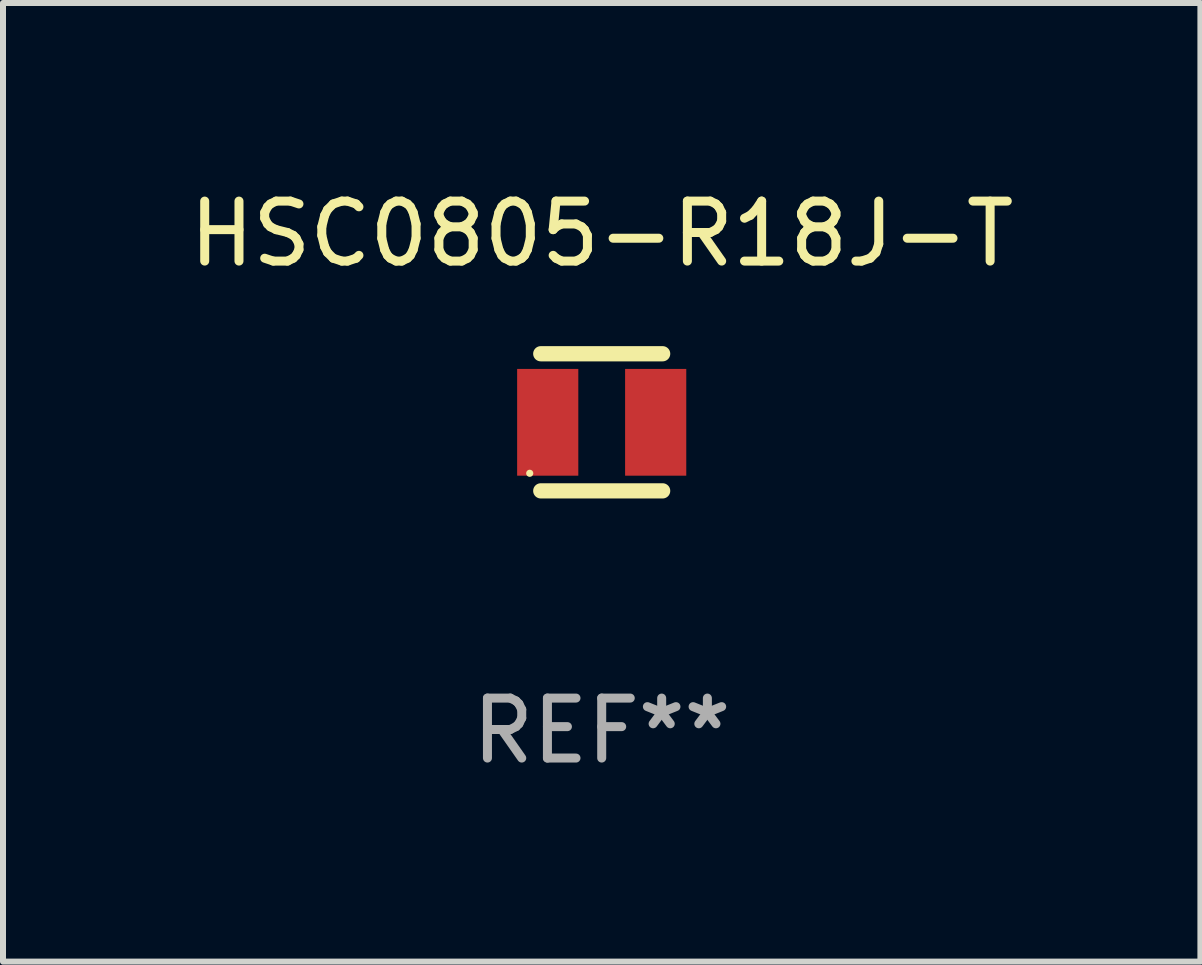
<source format=kicad_pcb>
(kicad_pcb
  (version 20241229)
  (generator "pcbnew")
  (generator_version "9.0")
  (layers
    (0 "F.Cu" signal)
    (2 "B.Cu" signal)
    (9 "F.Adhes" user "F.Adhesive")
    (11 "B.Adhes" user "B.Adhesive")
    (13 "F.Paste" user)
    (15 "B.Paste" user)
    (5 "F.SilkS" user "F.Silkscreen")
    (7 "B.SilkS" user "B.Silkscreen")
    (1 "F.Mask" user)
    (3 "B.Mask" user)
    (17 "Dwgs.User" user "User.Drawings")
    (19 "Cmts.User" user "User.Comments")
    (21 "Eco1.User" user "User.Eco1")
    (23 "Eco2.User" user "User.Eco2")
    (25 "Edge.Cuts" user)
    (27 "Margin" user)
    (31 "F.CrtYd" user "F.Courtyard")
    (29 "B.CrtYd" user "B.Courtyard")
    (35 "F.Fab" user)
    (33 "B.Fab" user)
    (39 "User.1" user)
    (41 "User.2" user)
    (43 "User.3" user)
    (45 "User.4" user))
  (footprint "HSC0805-R18J-T"
    (layer "F.Cu")
    (at 6.982 3.991)
    (property "Reference" "HSC0805-R18J-T" (at 0 -3.143 0) (layer "F.SilkS") (effects (font (size 1 1) (thickness 0.15))))
    (attr through_hole)
    (fp_line (start -1.016 -1.143) (end 1.016 -1.143) (stroke (width 0.254) (type solid)) (layer "F.SilkS"))
    (fp_line (start -1.016 1.143) (end 1.016 1.143) (stroke (width 0.254) (type solid)) (layer "F.SilkS"))
    (fp_circle (center -1.2 0.85) (end -1.17 0.85) (stroke (width 0.06) (type solid)) (fill no) (layer "F.SilkS"))
    (fp_text user "REF**" (at 0 5.143 0) (layer "F.Fab") (effects (font (size 1 1) (thickness 0.15))))
    (pad "1" smd rect (at -0.9 0) (size 1.02 1.78) (layers "F.Cu" "F.Mask" "F.Paste"))
    (pad "2" smd rect (at 0.9 0) (size 1.02 1.78) (layers "F.Cu" "F.Mask" "F.Paste")))
  (gr_rect
    (start -3 -3)
    (end 16.964 12.983)
    (stroke (width 0.1) (type default))
    (fill no)
    (layer "Edge.Cuts")))
</source>
